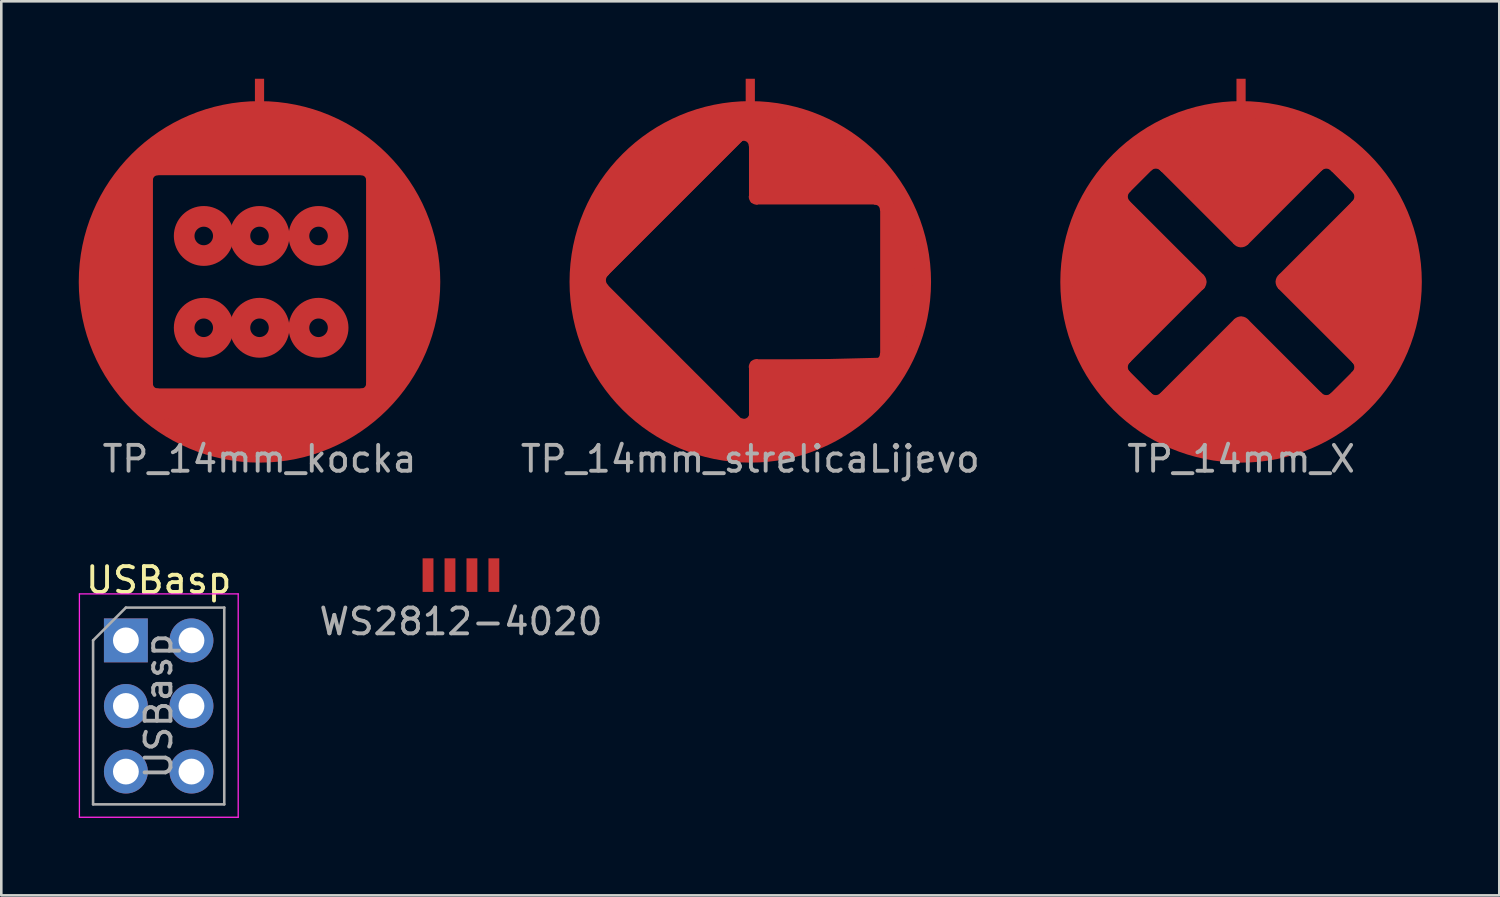
<source format=kicad_pcb>
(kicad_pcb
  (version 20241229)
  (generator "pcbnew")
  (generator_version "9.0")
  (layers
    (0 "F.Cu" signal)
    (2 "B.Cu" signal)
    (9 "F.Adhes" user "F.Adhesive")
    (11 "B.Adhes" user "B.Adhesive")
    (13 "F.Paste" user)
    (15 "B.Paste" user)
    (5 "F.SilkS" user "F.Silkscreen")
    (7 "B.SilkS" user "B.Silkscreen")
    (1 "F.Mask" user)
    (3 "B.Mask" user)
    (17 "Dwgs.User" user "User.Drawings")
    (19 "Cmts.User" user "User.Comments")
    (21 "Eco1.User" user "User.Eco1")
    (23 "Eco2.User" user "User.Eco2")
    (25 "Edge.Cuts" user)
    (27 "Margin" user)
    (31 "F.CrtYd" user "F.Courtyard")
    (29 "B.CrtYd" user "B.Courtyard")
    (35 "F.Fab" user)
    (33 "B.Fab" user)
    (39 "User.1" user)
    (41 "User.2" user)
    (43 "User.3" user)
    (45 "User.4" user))
  (footprint "WS2812-4020"
    (layer "F.Cu")
    (at 14.801 19.222)
    (property "Reference" "WS2812-4020" (at 0 1.8 0) (layer "F.Fab") (effects (font (size 1 1) (thickness 0.15))))
    (attr through_hole)
    (pad "1" smd rect (at 1.275 0) (size 0.42 1.3) (layers "F.Cu" "F.Mask" "F.Paste"))
    (pad "2" smd rect (at 0.425 0) (size 0.42 1.3) (layers "F.Cu" "F.Mask" "F.Paste"))
    (pad "3" smd rect (at -0.425 0) (size 0.42 1.3) (layers "F.Cu" "F.Mask" "F.Paste"))
    (pad "4" smd rect (at -1.275 0) (size 0.42 1.3) (layers "F.Cu" "F.Mask" "F.Paste")))
  (footprint "USBasp"
    (layer "F.Cu")
    (at 1.825 21.75)
    (property "Reference" "USBasp" (at 1.27 -2.33 0) (layer "F.SilkS") (effects (font (size 1 1) (thickness 0.15))))
    (attr through_hole)
    (fp_line (start -1.8 -1.8) (end -1.8 6.85) (stroke (width 0.05) (type solid)) (layer "F.CrtYd"))
    (fp_line (start -1.8 6.85) (end 4.35 6.85) (stroke (width 0.05) (type solid)) (layer "F.CrtYd"))
    (fp_line (start 4.35 -1.8) (end -1.8 -1.8) (stroke (width 0.05) (type solid)) (layer "F.CrtYd"))
    (fp_line (start 4.35 6.85) (end 4.35 -1.8) (stroke (width 0.05) (type solid)) (layer "F.CrtYd"))
    (fp_line (start -1.27 0) (end 0 -1.27) (stroke (width 0.1) (type solid)) (layer "F.Fab"))
    (fp_line (start -1.27 6.35) (end -1.27 0) (stroke (width 0.1) (type solid)) (layer "F.Fab"))
    (fp_line (start 0 -1.27) (end 3.81 -1.27) (stroke (width 0.1) (type solid)) (layer "F.Fab"))
    (fp_line (start 3.81 -1.27) (end 3.81 6.35) (stroke (width 0.1) (type solid)) (layer "F.Fab"))
    (fp_line (start 3.81 6.35) (end -1.27 6.35) (stroke (width 0.1) (type solid)) (layer "F.Fab"))
    (fp_text user "${REFERENCE}" (at 1.27 2.54 90) (layer "F.Fab") (effects (font (size 1 1) (thickness 0.15))))
    (pad "1" thru_hole rect (at 0 0) (size 1.7 1.7) (drill 1) (layers "*.Cu" "*.Mask"))
    (pad "2" thru_hole oval (at 2.54 0) (size 1.7 1.7) (drill 1) (layers "*.Cu" "*.Mask"))
    (pad "3" thru_hole oval (at 0 2.54) (size 1.7 1.7) (drill 1) (layers "*.Cu" "*.Mask"))
    (pad "4" thru_hole oval (at 2.54 2.54) (size 1.7 1.7) (drill 1) (layers "*.Cu" "*.Mask"))
    (pad "5" thru_hole oval (at 0 5.08) (size 1.7 1.7) (drill 1) (layers "*.Cu" "*.Mask"))
    (pad "6" thru_hole oval (at 2.54 5.08) (size 1.7 1.7) (drill 1) (layers "*.Cu" "*.Mask")))
  (footprint "TP_14mm_X"
    (layer "F.Cu")
    (at 45.012 7.866)
    (property "Reference" "TP_14mm_X" (at 0 6.858 0) (layer "F.Fab") (effects (font (size 1 1) (thickness 0.15))))
    (attr through_hole)
    (fp_line (start -4.572 -3.302) (end -3.302 -4.572) (stroke (width 0.12) (type solid)) (layer "F.Cu"))
    (fp_line (start -4.572 -3.302) (end -1.49 -0.224) (stroke (width 0.12) (type solid)) (layer "F.Cu"))
    (fp_line (start -4.572 3.302) (end -1.46 0.191) (stroke (width 0.12) (type solid)) (layer "F.Cu"))
    (fp_line (start -3.526 4.792) (end -0.224 1.49) (stroke (width 0.12) (type solid)) (layer "F.Cu"))
    (fp_line (start -3.302 -4.572) (end -0.254 -1.524) (stroke (width 0.12) (type solid)) (layer "F.Cu"))
    (fp_line (start -3.302 4.572) (end -4.572 3.302) (stroke (width 0.12) (type solid)) (layer "F.Cu"))
    (fp_line (start 3.302 -4.572) (end 0.224 -1.49) (stroke (width 0.12) (type solid)) (layer "F.Cu"))
    (fp_line (start 3.302 -4.572) (end 4.572 -3.302) (stroke (width 0.12) (type solid)) (layer "F.Cu"))
    (fp_line (start 3.302 4.572) (end 0.254 1.524) (stroke (width 0.12) (type solid)) (layer "F.Cu"))
    (fp_line (start 4.572 -3.302) (end 1.524 -0.254) (stroke (width 0.12) (type solid)) (layer "F.Cu"))
    (fp_line (start 4.572 3.302) (end 1.49 0.224) (stroke (width 0.12) (type solid)) (layer "F.Cu"))
    (fp_line (start 4.572 3.302) (end 3.302 4.572) (stroke (width 0.12) (type solid)) (layer "F.Cu"))
    (fp_arc (start -4.444999 3.428999) (mid -4.497604 3.302) (end -4.444999 3.175001) (stroke (width 0.12) (type solid)) (layer "F.Cu"))
    (fp_arc (start -4.352123 -3.077612) (mid -4.444194 -3.32459) (end -4.318 -3.555999) (stroke (width 0.12) (type solid)) (layer "F.Cu"))
    (fp_arc (start -4.352123 3.526388) (mid -4.444194 3.27941) (end -4.318 3.048001) (stroke (width 0.12) (type solid)) (layer "F.Cu"))
    (fp_arc (start -3.526388 -4.352123) (mid -3.27941 -4.444194) (end -3.048001 -4.318) (stroke (width 0.12) (type solid)) (layer "F.Cu"))
    (fp_arc (start -3.428999 -4.444999) (mid -3.302 -4.497604) (end -3.175001 -4.444999) (stroke (width 0.12) (type solid)) (layer "F.Cu"))
    (fp_arc (start -3.175001 4.444999) (mid -3.302 4.497604) (end -3.428999 4.444999) (stroke (width 0.12) (type solid)) (layer "F.Cu"))
    (fp_arc (start -3.077612 4.352123) (mid -3.32459 4.444194) (end -3.555999 4.318) (stroke (width 0.12) (type solid)) (layer "F.Cu"))
    (fp_arc (start -1.489877 -0.224388) (mid -1.397806 0.02259) (end -1.524 0.253999) (stroke (width 0.12) (type solid)) (layer "F.Cu"))
    (fp_arc (start -0.224388 1.489877) (mid 0.02259 1.397806) (end 0.253999 1.524) (stroke (width 0.12) (type solid)) (layer "F.Cu"))
    (fp_arc (start 0.224388 -1.489877) (mid -0.02259 -1.397806) (end -0.253999 -1.524) (stroke (width 0.12) (type solid)) (layer "F.Cu"))
    (fp_arc (start 1.489877 0.224388) (mid 1.397806 -0.02259) (end 1.524 -0.253999) (stroke (width 0.12) (type solid)) (layer "F.Cu"))
    (fp_arc (start 3.077612 -4.352123) (mid 3.32459 -4.444194) (end 3.555999 -4.318) (stroke (width 0.12) (type solid)) (layer "F.Cu"))
    (fp_arc (start 3.175001 -4.444999) (mid 3.302 -4.497604) (end 3.428999 -4.444999) (stroke (width 0.12) (type solid)) (layer "F.Cu"))
    (fp_arc (start 3.428999 4.444999) (mid 3.302 4.497604) (end 3.175001 4.444999) (stroke (width 0.12) (type solid)) (layer "F.Cu"))
    (fp_arc (start 3.526388 4.352123) (mid 3.27941 4.444194) (end 3.048001 4.318) (stroke (width 0.12) (type solid)) (layer "F.Cu"))
    (fp_arc (start 4.352123 -3.526388) (mid 4.444194 -3.27941) (end 4.318 -3.048001) (stroke (width 0.12) (type solid)) (layer "F.Cu"))
    (fp_arc (start 4.352123 3.077612) (mid 4.444194 3.32459) (end 4.318 3.555999) (stroke (width 0.12) (type solid)) (layer "F.Cu"))
    (fp_arc (start 4.444999 -3.428999) (mid 4.497604 -3.302) (end 4.444999 -3.175001) (stroke (width 0.12) (type solid)) (layer "F.Cu"))
    (fp_arc (start 4.444999 3.175001) (mid 4.497604 3.302) (end 4.444999 3.428999) (stroke (width 0.12) (type solid)) (layer "F.Cu"))
    (fp_circle (center 0 0) (end 6.5 0) (stroke (width 1) (type solid)) (fill no) (layer "F.Cu"))
    (fp_poly (pts (xy 4.953 -3.556) (xy 4.572 -3.302) (xy 3.302 -4.572) (xy 3.175 -4.572) (xy 3.556 -5.08)) (stroke (width 0.1) (type solid)) (fill yes) (layer "F.Cu"))
    (fp_poly (pts (xy 1.905 -6.223) (xy 3.937 -5.334) (xy 3.175 -4.445) (xy 0 -1.397) (xy -3.302 -4.572) (xy -4.572 -3.302) (xy -1.397 0) (xy -4.572 3.302) (xy -3.302 4.572) (xy 0 1.397) (xy 3.302 4.572) (xy 4.572 3.302) (xy 1.397 0) (xy 4.445 -3.175) (xy 5.334 -3.81) (xy 5.969 -2.54) (xy 6.477 0) (xy 6.096 2.159) (xy 4.572 4.699) (xy 2.286 6.096) (xy -1.524 6.477) (xy -4.318 4.826) (xy -5.588 3.429) (xy -6.604 0.127) (xy -5.969 -2.794) (xy -3.81 -5.461) (xy -0.889 -6.35)) (stroke (width 0.1) (type solid)) (fill yes) (layer "F.Cu"))
    (pad "1" smd rect (at 0 -7.366) (size 0.356 1) (layers "F.Cu")))
  (footprint "TP_14mm_strelicaLijevo"
    (layer "F.Cu")
    (at 26.006 7.866)
    (property "Reference" "TP_14mm_strelicaLijevo" (at 0 6.858 0) (layer "F.Fab") (effects (font (size 1 1) (thickness 0.15))))
    (attr through_hole)
    (fp_line (start -6.16 0.318) (end -0.318 -5.524) (stroke (width 0.1) (type solid)) (layer "F.Cu"))
    (fp_line (start 0 -5.271) (end 0.000001 -3.302) (stroke (width 0.1) (type solid)) (layer "F.Cu"))
    (fp_line (start 0 3.302) (end 0 5.842) (stroke (width 0.1) (type solid)) (layer "F.Cu"))
    (fp_line (start 0 5.842) (end -5.842 0) (stroke (width 0.1) (type solid)) (layer "F.Cu"))
    (fp_line (start 0.254 -3.048) (end 5.08 -3.048) (stroke (width 0.1) (type solid)) (layer "F.Cu"))
    (fp_line (start 5.08 -3.048) (end 5.08 3.048) (stroke (width 0.1) (type solid)) (layer "F.Cu"))
    (fp_line (start 5.08 3.048) (end 0.254 3.048) (stroke (width 0.1) (type solid)) (layer "F.Cu"))
    (fp_arc (start -5.714999 0.126999) (mid -5.767604 0) (end -5.714999 -0.126999) (stroke (width 0.1) (type solid)) (layer "F.Cu"))
    (fp_arc (start -5.558623 0.160888) (mid -5.650694 -0.08609) (end -5.5245 -0.317499) (stroke (width 0.12) (type solid)) (layer "F.Cu"))
    (fp_arc (start -0.394894 -5.481841) (mid -0.134148 -5.494446) (end 0 -5.2705) (stroke (width 0.12) (type solid)) (layer "F.Cu"))
    (fp_arc (start 0 5.207) (mid -0.164197 5.349408) (end -0.381 5.334) (stroke (width 0.12) (type solid)) (layer "F.Cu"))
    (fp_arc (start 0.000001 3.302) (mid 0.074396 3.122396) (end 0.254 3.048001) (stroke (width 0.12) (type solid)) (layer "F.Cu"))
    (fp_arc (start 0.254 -3.048001) (mid 0.074396 -3.122396) (end 0.000001 -3.302) (stroke (width 0.12) (type solid)) (layer "F.Cu"))
    (fp_arc (start 4.826 -3.047999) (mid 5.005604 -2.973604) (end 5.079999 -2.794) (stroke (width 0.12) (type solid)) (layer "F.Cu"))
    (fp_arc (start 4.953 -3.048) (mid 5.042803 -3.010803) (end 5.08 -2.921) (stroke (width 0.1) (type solid)) (layer "F.Cu"))
    (fp_arc (start 5.079999 2.794) (mid 5.005604 2.973604) (end 4.826 3.047999) (stroke (width 0.12) (type solid)) (layer "F.Cu"))
    (fp_arc (start 5.08 2.921) (mid 5.042803 3.010803) (end 4.953 3.048) (stroke (width 0.1) (type solid)) (layer "F.Cu"))
    (fp_circle (center 0 0) (end 6.5 0) (stroke (width 1) (type solid)) (fill no) (layer "F.Cu"))
    (fp_poly (pts (xy 0.064 -5.397) (xy -0.254 -5.588) (xy -0.254 -6.096) (xy 0 -6.096)) (stroke (width 0.1) (type solid)) (fill yes) (layer "F.Cu"))
    (fp_poly (pts (xy 2.603 -5.905) (xy 4.636 -4.636) (xy 6.413 -1.333) (xy 5.905 2.985) (xy 3.365 5.524) (xy 0.318 6.54) (xy -2.731 5.779) (xy -5.524 3.493) (xy -6.287 -0.826) (xy -5.779 -3.365) (xy -2.223 -6.16) (xy -0.191 -6.668) (xy -0.191 -5.652) (xy -5.779 -0.064) (xy -2.889 2.826) (xy -0.381 5.334) (xy -0.064 5.397) (xy 0.007 5.144) (xy 0.064 3.111) (xy 5.144 2.985) (xy 5.144 -3.111) (xy 0.064 -3.111) (xy 0.064 -6.668)) (stroke (width 0.1) (type solid)) (fill yes) (layer "F.Cu"))
    (pad "1" smd rect (at 0 -7.366) (size 0.356 1) (layers "F.Cu")))
  (footprint "TP_14mm_kocka"
    (layer "F.Cu")
    (at 7 7.866)
    (property "Reference" "TP_14mm_kocka" (at 0 6.858 0) (layer "F.Fab") (effects (font (size 1 1) (thickness 0.15))))
    (attr through_hole)
    (fp_line (start -4.191 -4.191) (end -4.191 4.191) (stroke (width 0.12) (type solid)) (layer "F.Cu"))
    (fp_line (start -4.191 4.191) (end 4.191 4.191) (stroke (width 0.12) (type solid)) (layer "F.Cu"))
    (fp_line (start 4.191 -4.191) (end -4.191 -4.191) (stroke (width 0.12) (type solid)) (layer "F.Cu"))
    (fp_line (start 4.191 4.191) (end 4.191 -4.191) (stroke (width 0.12) (type solid)) (layer "F.Cu"))
    (fp_arc (start -4.191 -4.064) (mid -4.153803 -4.153803) (end -4.064 -4.191) (stroke (width 0.12) (type solid)) (layer "F.Cu"))
    (fp_arc (start -4.190999 -3.937) (mid -4.116604 -4.116604) (end -3.937 -4.190999) (stroke (width 0.12) (type solid)) (layer "F.Cu"))
    (fp_arc (start -4.064 4.191) (mid -4.153803 4.153803) (end -4.191 4.064) (stroke (width 0.12) (type solid)) (layer "F.Cu"))
    (fp_arc (start -3.937 4.190999) (mid -4.116604 4.116604) (end -4.190999 3.937) (stroke (width 0.12) (type solid)) (layer "F.Cu"))
    (fp_arc (start 3.937 -4.190999) (mid 4.116604 -4.116604) (end 4.190999 -3.937) (stroke (width 0.12) (type solid)) (layer "F.Cu"))
    (fp_arc (start 4.064 -4.191) (mid 4.153803 -4.153803) (end 4.191 -4.064) (stroke (width 0.12) (type solid)) (layer "F.Cu"))
    (fp_arc (start 4.190999 3.937) (mid 4.116604 4.116604) (end 3.937 4.190999) (stroke (width 0.12) (type solid)) (layer "F.Cu"))
    (fp_arc (start 4.191 4.064) (mid 4.153803 4.153803) (end 4.064 4.191) (stroke (width 0.12) (type solid)) (layer "F.Cu"))
    (fp_circle (center -2.159 -1.778) (end -1.8 -1.778) (stroke (width 0.8) (type solid)) (fill no) (layer "F.Cu"))
    (fp_circle (center -2.159 1.778) (end -1.8 1.778) (stroke (width 0.8) (type solid)) (fill no) (layer "F.Cu"))
    (fp_circle (center 0 -1.778) (end 0.359 -1.778) (stroke (width 0.8) (type solid)) (fill no) (layer "F.Cu"))
    (fp_circle (center 0 0) (end 6.5 0) (stroke (width 1) (type solid)) (fill no) (layer "F.Cu"))
    (fp_circle (center 0 1.778) (end 0.359 1.778) (stroke (width 0.8) (type solid)) (fill no) (layer "F.Cu"))
    (fp_circle (center 2.286 -1.778) (end 2.645 -1.778) (stroke (width 0.8) (type solid)) (fill no) (layer "F.Cu"))
    (fp_circle (center 2.286 1.778) (end 2.645 1.778) (stroke (width 0.8) (type solid)) (fill no) (layer "F.Cu"))
    (fp_poly (pts (xy 4.318 -4.191) (xy 3.175 -4.191) (xy 3.175 -5.08) (xy 4.318 -5.08)) (stroke (width 0.1) (type solid)) (fill yes) (layer "F.Cu"))
    (fp_poly (pts (xy 3.302 -5.588) (xy 3.302 -4.191) (xy -4.191 -4.191) (xy -4.191 4.191) (xy 4.191 4.191) (xy 4.191 -4.191) (xy 4.953 -4.191) (xy 6.35 -2.032) (xy 6.35 1.905) (xy 4.572 4.953) (xy 0.381 6.604) (xy -4.318 5.08) (xy -6.477 1.016) (xy -5.842 -2.921) (xy -3.683 -5.334) (xy 1.016 -6.604)) (stroke (width 0.1) (type solid)) (fill yes) (layer "F.Cu"))
    (pad "1" smd rect (at 0 -7.366) (size 0.356 1) (layers "F.Cu")))
  (gr_rect
    (start -3 -3)
    (end 55.012 31.625)
    (stroke (width 0.1) (type default))
    (fill no)
    (layer "Edge.Cuts")))
</source>
